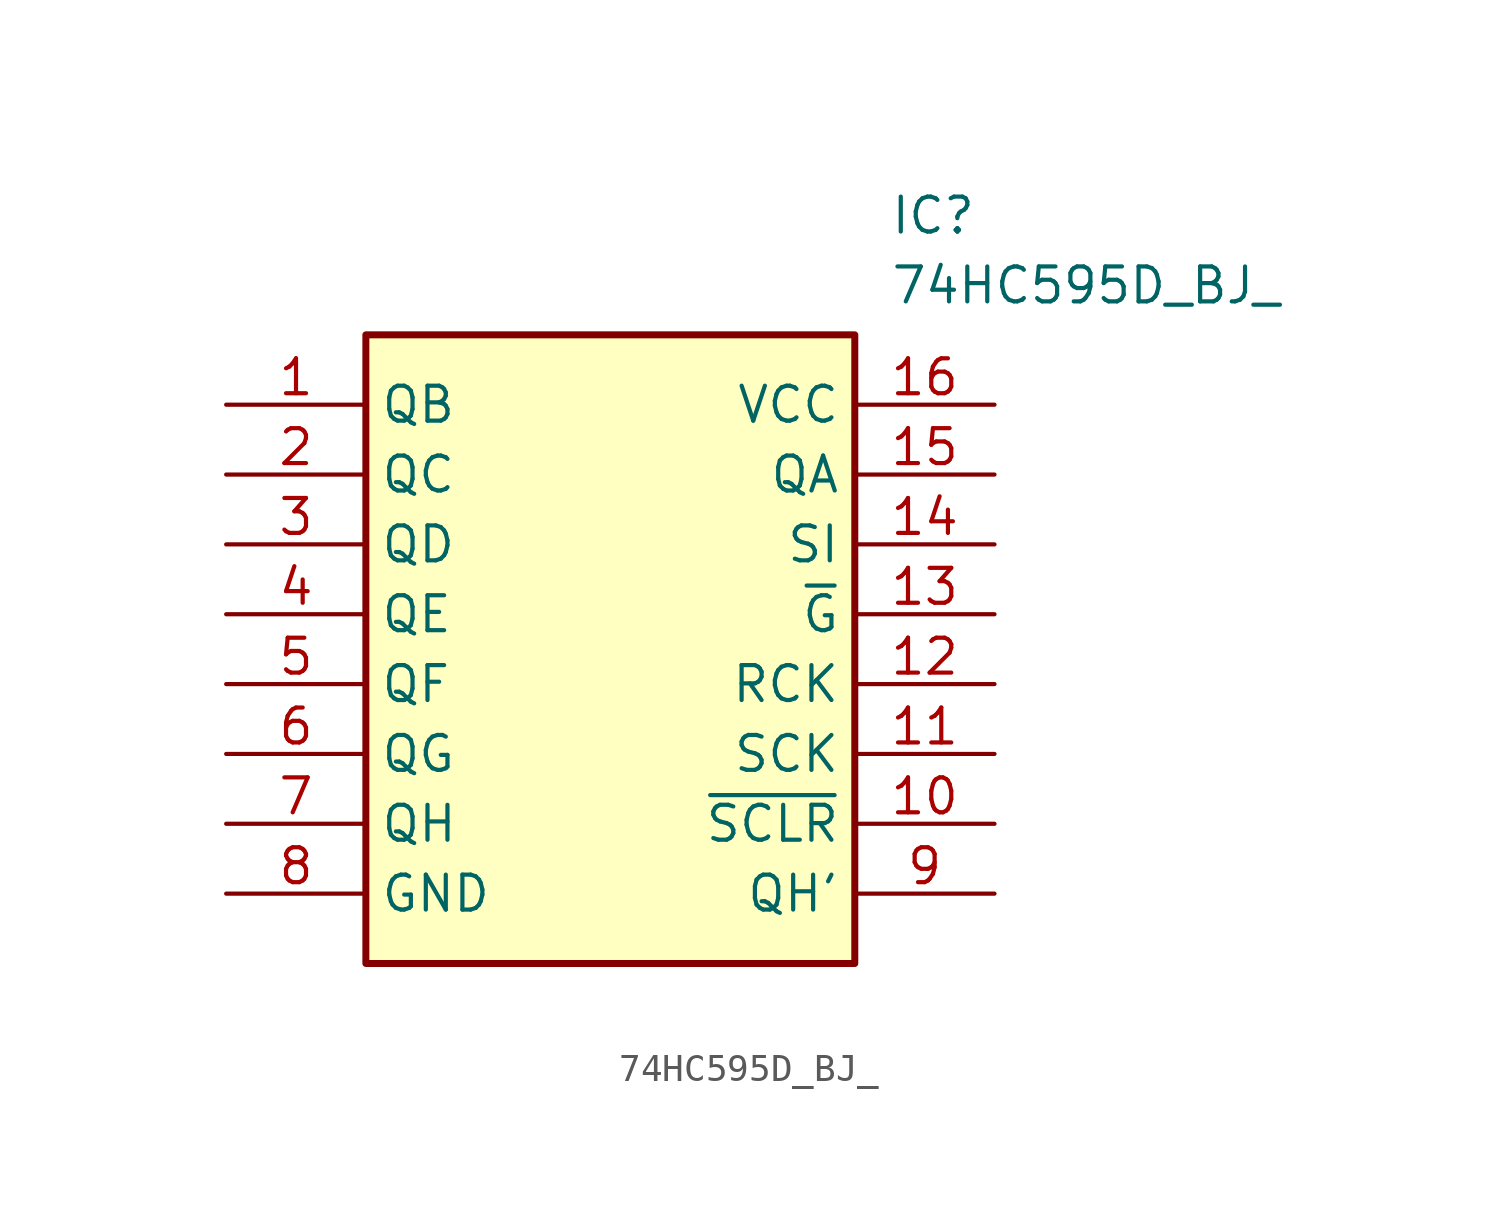
<source format=kicad_sym>
(kicad_symbol_lib
  (version 20211014)
  (generator SamacSys_ECAD_Model)
  (symbol "74HC595D_BJ_"
    (property "Reference" "IC"
      (at 24.13 7.62 0)
      (effects (font (size 1.27 1.27)) (justify left top)))
    (property "Value" "74HC595D_BJ_"
      (at 24.13 5.08 0)
      (effects (font (size 1.27 1.27)) (justify left top)))
    (rectangle
      (start 5.08 2.54)
      (end 22.86 -20.32)
      (stroke (width 0.254) (type default))
      (fill (type background)))
    (pin passive line
      (at 0 0 0)
      (length 5.08)
      (name "QB" (effects (font (size 1.27 1.27))))
      (number "1" (effects (font (size 1.27 1.27)))))
    (pin passive line
      (at 0 -2.54 0)
      (length 5.08)
      (name "QC" (effects (font (size 1.27 1.27))))
      (number "2" (effects (font (size 1.27 1.27)))))
    (pin passive line
      (at 0 -5.08 0)
      (length 5.08)
      (name "QD" (effects (font (size 1.27 1.27))))
      (number "3" (effects (font (size 1.27 1.27)))))
    (pin passive line
      (at 0 -7.62 0)
      (length 5.08)
      (name "QE" (effects (font (size 1.27 1.27))))
      (number "4" (effects (font (size 1.27 1.27)))))
    (pin passive line
      (at 0 -10.16 0)
      (length 5.08)
      (name "QF" (effects (font (size 1.27 1.27))))
      (number "5" (effects (font (size 1.27 1.27)))))
    (pin passive line
      (at 0 -12.7 0)
      (length 5.08)
      (name "QG" (effects (font (size 1.27 1.27))))
      (number "6" (effects (font (size 1.27 1.27)))))
    (pin passive line
      (at 0 -15.24 0)
      (length 5.08)
      (name "QH" (effects (font (size 1.27 1.27))))
      (number "7" (effects (font (size 1.27 1.27)))))
    (pin passive line
      (at 0 -17.78 0)
      (length 5.08)
      (name "GND" (effects (font (size 1.27 1.27))))
      (number "8" (effects (font (size 1.27 1.27)))))
    (pin passive line
      (at 27.94 0 180)
      (length 5.08)
      (name "VCC" (effects (font (size 1.27 1.27))))
      (number "16" (effects (font (size 1.27 1.27)))))
    (pin passive line
      (at 27.94 -2.54 180)
      (length 5.08)
      (name "QA" (effects (font (size 1.27 1.27))))
      (number "15" (effects (font (size 1.27 1.27)))))
    (pin passive line
      (at 27.94 -5.08 180)
      (length 5.08)
      (name "SI" (effects (font (size 1.27 1.27))))
      (number "14" (effects (font (size 1.27 1.27)))))
    (pin passive line
      (at 27.94 -7.62 180)
      (length 5.08)
      (name "~{G}" (effects (font (size 1.27 1.27))))
      (number "13" (effects (font (size 1.27 1.27)))))
    (pin passive line
      (at 27.94 -10.16 180)
      (length 5.08)
      (name "RCK" (effects (font (size 1.27 1.27))))
      (number "12" (effects (font (size 1.27 1.27)))))
    (pin passive line
      (at 27.94 -12.7 180)
      (length 5.08)
      (name "SCK" (effects (font (size 1.27 1.27))))
      (number "11" (effects (font (size 1.27 1.27)))))
    (pin passive line
      (at 27.94 -15.24 180)
      (length 5.08)
      (name "~{SCLR}" (effects (font (size 1.27 1.27))))
      (number "10" (effects (font (size 1.27 1.27)))))
    (pin passive line
      (at 27.94 -17.78 180)
      (length 5.08)
      (name "QH'" (effects (font (size 1.27 1.27))))
      (number "9" (effects (font (size 1.27 1.27)))))))
</source>
